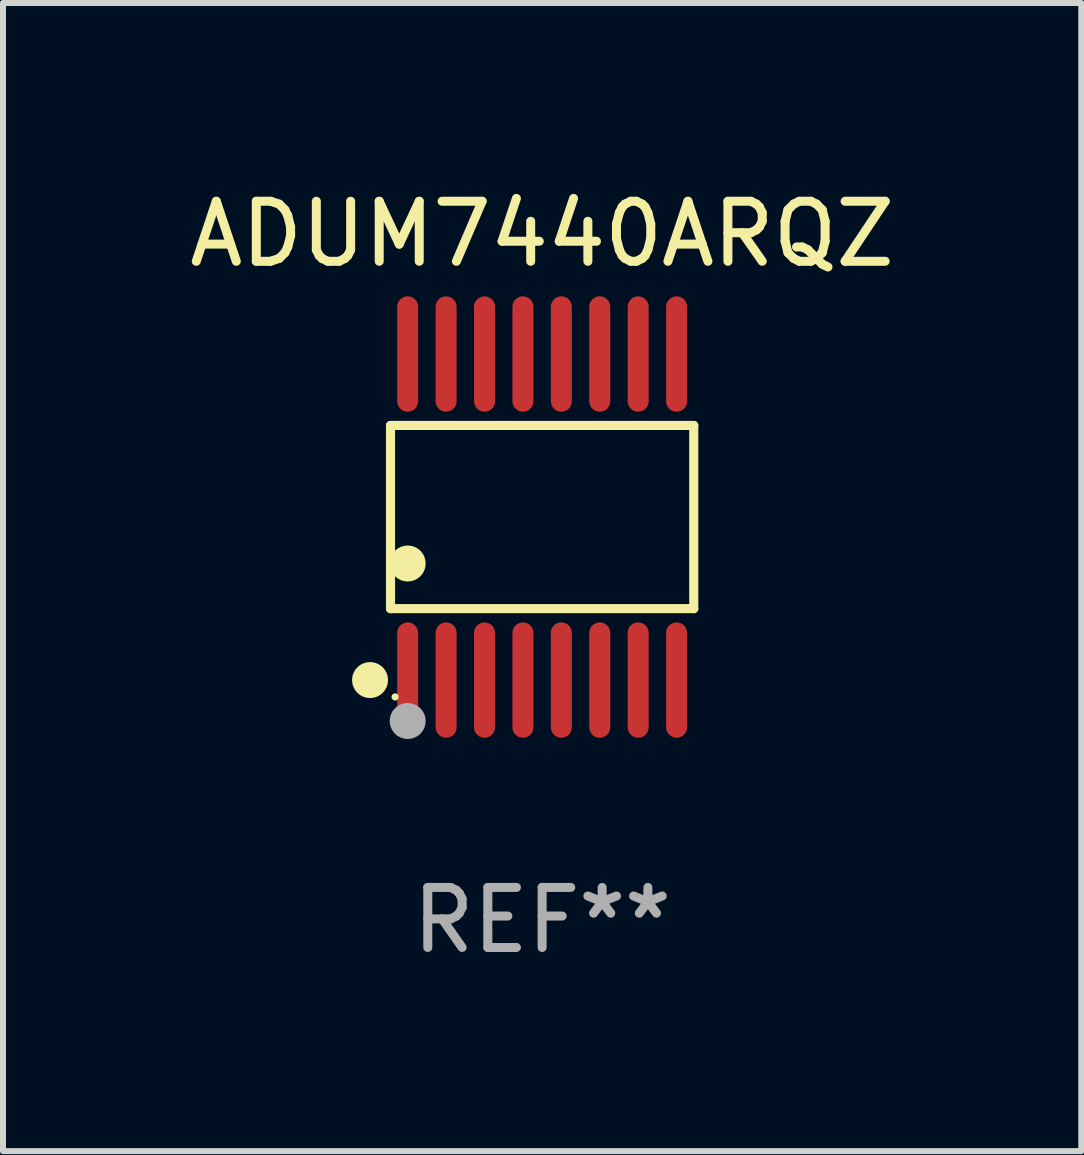
<source format=kicad_pcb>
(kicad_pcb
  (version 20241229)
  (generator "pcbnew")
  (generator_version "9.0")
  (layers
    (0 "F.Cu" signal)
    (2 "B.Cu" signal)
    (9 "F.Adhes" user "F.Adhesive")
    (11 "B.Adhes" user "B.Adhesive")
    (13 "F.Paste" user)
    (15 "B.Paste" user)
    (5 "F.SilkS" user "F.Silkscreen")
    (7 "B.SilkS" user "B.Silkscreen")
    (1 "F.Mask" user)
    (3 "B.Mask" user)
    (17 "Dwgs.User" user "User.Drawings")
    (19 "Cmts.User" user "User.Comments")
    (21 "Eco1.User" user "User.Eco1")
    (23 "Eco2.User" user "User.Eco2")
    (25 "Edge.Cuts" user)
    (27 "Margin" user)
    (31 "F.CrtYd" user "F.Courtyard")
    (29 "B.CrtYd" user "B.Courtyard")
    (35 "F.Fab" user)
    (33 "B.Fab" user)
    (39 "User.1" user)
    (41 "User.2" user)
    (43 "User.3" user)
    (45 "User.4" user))
  (footprint "ADUM7440ARQZ"
    (layer "F.Cu")
    (at 5.982 5.564)
    (property "Reference" "ADUM7440ARQZ" (at 0 -4.716 0) (layer "F.SilkS") (effects (font (size 1 1) (thickness 0.15))))
    (attr through_hole)
    (fp_line (start -2.526 -1.526) (end 2.526 -1.526) (stroke (width 0.152) (type solid)) (layer "F.SilkS"))
    (fp_line (start -2.526 1.526) (end -2.526 -1.526) (stroke (width 0.152) (type solid)) (layer "F.SilkS"))
    (fp_line (start 2.526 -1.526) (end 2.526 1.526) (stroke (width 0.152) (type solid)) (layer "F.SilkS"))
    (fp_line (start 2.526 1.526) (end -2.526 1.526) (stroke (width 0.152) (type solid)) (layer "F.SilkS"))
    (fp_circle (center -2.867 2.716) (end -2.717 2.716) (stroke (width 0.3) (type solid)) (fill no) (layer "F.SilkS"))
    (fp_circle (center -2.45 2.997) (end -2.42 2.997) (stroke (width 0.06) (type solid)) (fill no) (layer "F.SilkS"))
    (fp_circle (center -2.24 0.774) (end -2.09 0.774) (stroke (width 0.3) (type solid)) (fill no) (layer "F.SilkS"))
    (fp_circle (center -2.24 3.398) (end -2.09 3.398) (stroke (width 0.3) (type solid)) (fill no) (layer "F.Fab"))
    (fp_text user "REF**" (at 0 6.716 0) (layer "F.Fab") (effects (font (size 1 1) (thickness 0.15))))
    (pad "1" smd oval (at -2.24 2.716) (size 0.35 1.922) (layers "F.Cu" "F.Mask" "F.Paste"))
    (pad "2" smd oval (at -1.6 2.716) (size 0.35 1.922) (layers "F.Cu" "F.Mask" "F.Paste"))
    (pad "3" smd oval (at -0.96 2.716) (size 0.35 1.922) (layers "F.Cu" "F.Mask" "F.Paste"))
    (pad "4" smd oval (at -0.32 2.716) (size 0.35 1.922) (layers "F.Cu" "F.Mask" "F.Paste"))
    (pad "5" smd oval (at 0.32 2.716) (size 0.35 1.922) (layers "F.Cu" "F.Mask" "F.Paste"))
    (pad "6" smd oval (at 0.96 2.716) (size 0.35 1.922) (layers "F.Cu" "F.Mask" "F.Paste"))
    (pad "7" smd oval (at 1.6 2.716) (size 0.35 1.922) (layers "F.Cu" "F.Mask" "F.Paste"))
    (pad "8" smd oval (at 2.24 2.716) (size 0.35 1.922) (layers "F.Cu" "F.Mask" "F.Paste"))
    (pad "9" smd oval (at 2.24 -2.716) (size 0.35 1.922) (layers "F.Cu" "F.Mask" "F.Paste"))
    (pad "10" smd oval (at 1.6 -2.716) (size 0.35 1.922) (layers "F.Cu" "F.Mask" "F.Paste"))
    (pad "11" smd oval (at 0.96 -2.716) (size 0.35 1.922) (layers "F.Cu" "F.Mask" "F.Paste"))
    (pad "12" smd oval (at 0.32 -2.716) (size 0.35 1.922) (layers "F.Cu" "F.Mask" "F.Paste"))
    (pad "13" smd oval (at -0.32 -2.716) (size 0.35 1.922) (layers "F.Cu" "F.Mask" "F.Paste"))
    (pad "14" smd oval (at -0.96 -2.716) (size 0.35 1.922) (layers "F.Cu" "F.Mask" "F.Paste"))
    (pad "15" smd oval (at -1.6 -2.716) (size 0.35 1.922) (layers "F.Cu" "F.Mask" "F.Paste"))
    (pad "16" smd oval (at -2.24 -2.716) (size 0.35 1.922) (layers "F.Cu" "F.Mask" "F.Paste")))
  (gr_rect
    (start -3 -3)
    (end 14.964 16.128)
    (stroke (width 0.1) (type default))
    (fill no)
    (layer "Edge.Cuts")))
</source>
